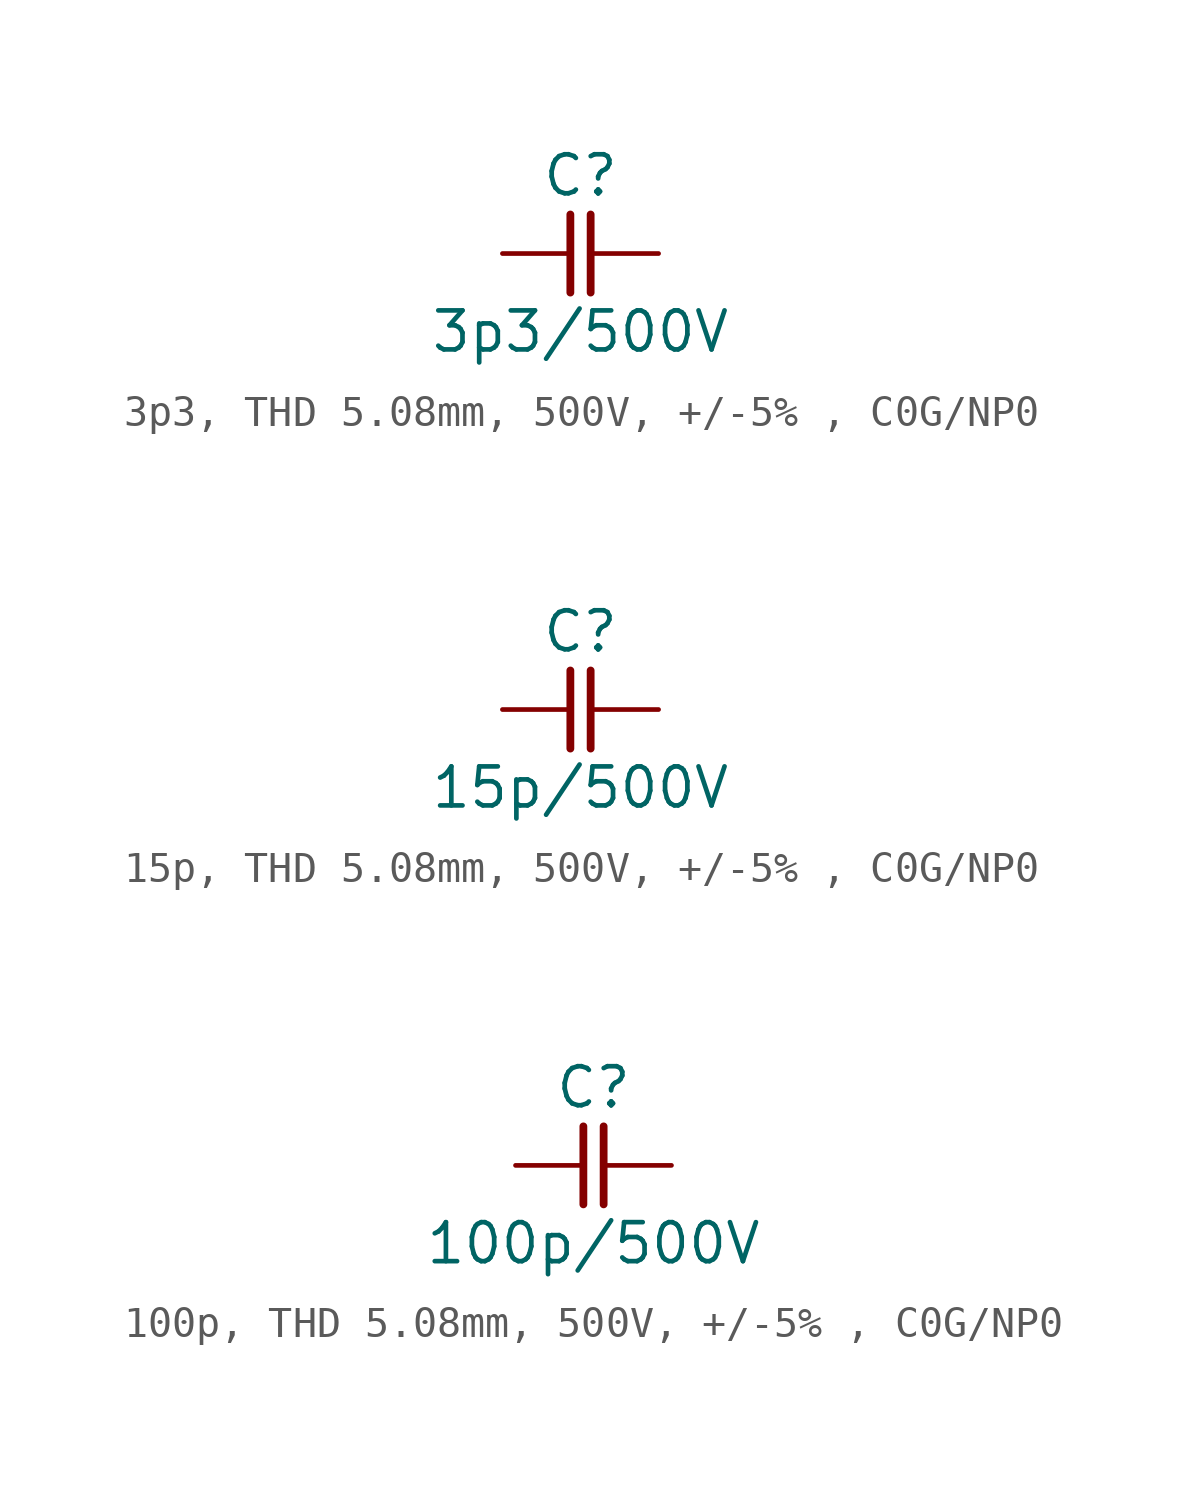
<source format=kicad_sym>
(kicad_symbol_lib
  (version 20231120)
  (generator "kicad_symbol_editor")
  (generator_version "8.0")
  (symbol "3p3, THD 5.08mm, 500V, +/-5% , C0G/NP0"
    (pin_numbers hide)
    (pin_names
      (offset 0) hide)
    (property "Reference" "C"
      (at 0 2.54 0)
      (effects (font (size 1.27 1.27))))
    (property "Value" "3p3/500V"
      (at 0 -2.54 0)
      (effects (font (size 1.27 1.27))))
    (symbol "3p3, THD 5.08mm, 500V, +/-5% , C0G/NP0_0_1"
      (polyline (pts (xy -0.33 1.27) (xy -0.33 -1.27)) (stroke (width 0.254) (type default)) (fill (type none)))
      (polyline (pts (xy 0.33 1.27) (xy 0.33 -1.27)) (stroke (width 0.254) (type default)) (fill (type none))))
    (symbol "3p3, THD 5.08mm, 500V, +/-5% , C0G/NP0_1_1"
      (pin passive line (at -2.54 0 0) (length 2.21) (name "1" (effects (font (size 1.27 1.27)))) (number "1" (effects (font (size 1.27 1.27)))))
      (pin passive line (at 2.54 0 180) (length 2.21) (name "2" (effects (font (size 1.27 1.27)))) (number "2" (effects (font (size 1.27 1.27)))))))
  (symbol "15p, THD 5.08mm, 500V, +/-5% , C0G/NP0"
    (pin_numbers hide)
    (pin_names
      (offset 0) hide)
    (property "Reference" "C"
      (at 0 2.54 0)
      (effects (font (size 1.27 1.27))))
    (property "Value" "15p/500V"
      (at 0 -2.54 0)
      (effects (font (size 1.27 1.27))))
    (symbol "15p, THD 5.08mm, 500V, +/-5% , C0G/NP0_0_1"
      (polyline (pts (xy -0.33 1.27) (xy -0.33 -1.27)) (stroke (width 0.254) (type default)) (fill (type none)))
      (polyline (pts (xy 0.33 1.27) (xy 0.33 -1.27)) (stroke (width 0.254) (type default)) (fill (type none))))
    (symbol "15p, THD 5.08mm, 500V, +/-5% , C0G/NP0_1_1"
      (pin passive line (at -2.54 0 0) (length 2.21) (name "1" (effects (font (size 1.27 1.27)))) (number "1" (effects (font (size 1.27 1.27)))))
      (pin passive line (at 2.54 0 180) (length 2.21) (name "2" (effects (font (size 1.27 1.27)))) (number "2" (effects (font (size 1.27 1.27)))))))
  (symbol "100p, THD 5.08mm, 500V, +/-5% , C0G/NP0"
    (pin_numbers hide)
    (pin_names
      (offset 0) hide)
    (property "Reference" "C"
      (at 0 2.54 0)
      (effects (font (size 1.27 1.27))))
    (property "Value" "100p/500V"
      (at 0 -2.54 0)
      (effects (font (size 1.27 1.27))))
    (symbol "100p, THD 5.08mm, 500V, +/-5% , C0G/NP0_0_1"
      (polyline (pts (xy -0.33 1.27) (xy -0.33 -1.27)) (stroke (width 0.254) (type default)) (fill (type none)))
      (polyline (pts (xy 0.33 1.27) (xy 0.33 -1.27)) (stroke (width 0.254) (type default)) (fill (type none))))
    (symbol "100p, THD 5.08mm, 500V, +/-5% , C0G/NP0_1_1"
      (pin passive line (at -2.54 0 0) (length 2.21) (name "1" (effects (font (size 1.27 1.27)))) (number "1" (effects (font (size 1.27 1.27)))))
      (pin passive line (at 2.54 0 180) (length 2.21) (name "2" (effects (font (size 1.27 1.27)))) (number "2" (effects (font (size 1.27 1.27))))))))
</source>
